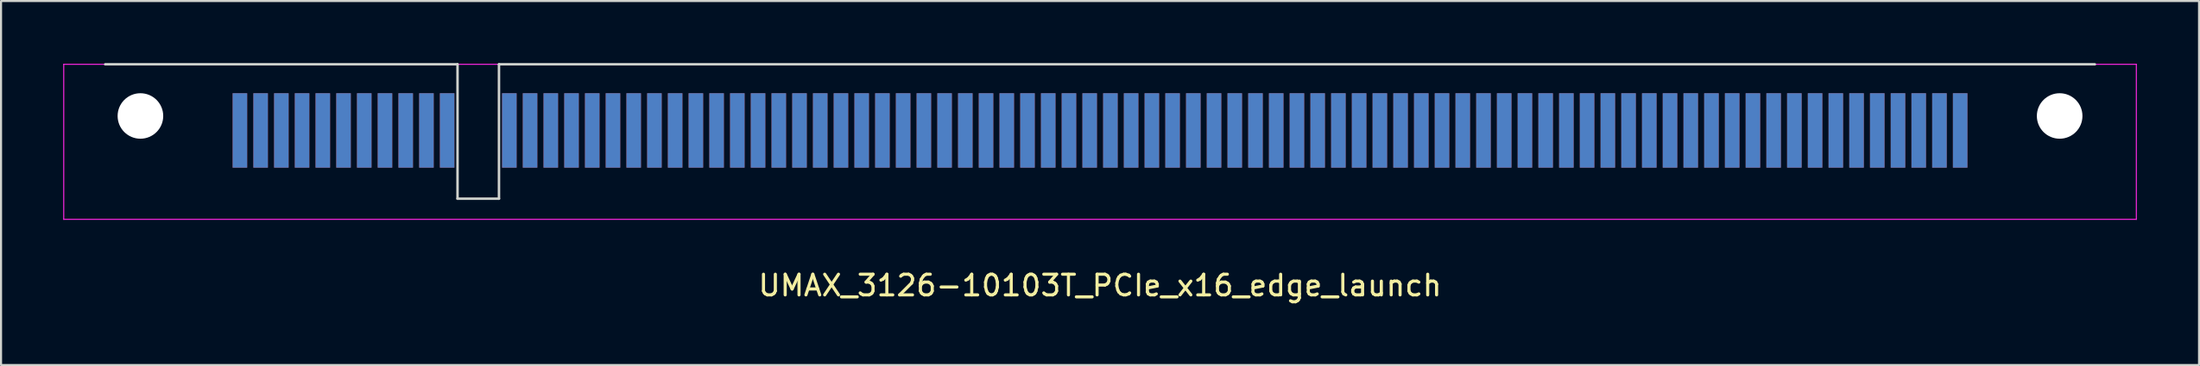
<source format=kicad_pcb>
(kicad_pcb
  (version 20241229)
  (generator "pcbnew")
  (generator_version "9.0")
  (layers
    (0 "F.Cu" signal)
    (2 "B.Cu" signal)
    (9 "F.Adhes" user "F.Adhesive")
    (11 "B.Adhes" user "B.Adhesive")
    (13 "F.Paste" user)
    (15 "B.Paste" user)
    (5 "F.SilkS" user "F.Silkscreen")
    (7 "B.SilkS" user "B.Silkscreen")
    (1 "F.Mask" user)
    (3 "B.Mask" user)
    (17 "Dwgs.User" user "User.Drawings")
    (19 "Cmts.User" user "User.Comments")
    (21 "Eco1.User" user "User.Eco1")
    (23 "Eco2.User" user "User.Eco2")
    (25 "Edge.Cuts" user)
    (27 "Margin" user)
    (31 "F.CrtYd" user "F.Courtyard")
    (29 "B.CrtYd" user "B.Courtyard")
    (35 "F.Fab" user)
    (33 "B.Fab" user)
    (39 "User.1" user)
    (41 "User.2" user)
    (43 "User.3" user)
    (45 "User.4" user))
  (footprint "UMAX_3126-10103T_PCIe_x16_edge_launch"
    (layer "F.Cu")
    (at 8.525 3.26)
    (property "Reference" "UMAX_3126-10103T_PCIe_x16_edge_launch" (at 41.5 7.5 0) (layer "F.SilkS") (effects (font (size 1 1) (thickness 0.15))))
    (attr through_hole)
    (fp_line (start -6.5 -3.2) (end 10.5 -3.2) (stroke (width 0.12) (type solid)) (layer "Edge.Cuts"))
    (fp_line (start 10.5 -3.2) (end 10.5 3.3) (stroke (width 0.12) (type solid)) (layer "Edge.Cuts"))
    (fp_line (start 10.5 3.3) (end 12.5 3.3) (stroke (width 0.12) (type solid)) (layer "Edge.Cuts"))
    (fp_line (start 12.5 -3.2) (end 89.5 -3.2) (stroke (width 0.12) (type solid)) (layer "Edge.Cuts"))
    (fp_line (start 12.5 3.3) (end 12.5 -3.2) (stroke (width 0.12) (type solid)) (layer "Edge.Cuts"))
    (fp_line (start -8.5 -3.2) (end 91.5 -3.2) (stroke (width 0.05) (type solid)) (layer "F.CrtYd"))
    (fp_line (start -8.5 4.3) (end -8.5 -3.2) (stroke (width 0.05) (type solid)) (layer "F.CrtYd"))
    (fp_line (start 91.5 -3.2) (end 91.5 4.3) (stroke (width 0.05) (type solid)) (layer "F.CrtYd"))
    (fp_line (start 91.5 4.3) (end -8.5 4.3) (stroke (width 0.05) (type solid)) (layer "F.CrtYd"))
    (pad "" np_thru_hole circle (at -4.8 -0.7 180) (size 2.2 2.2) (drill 2.2) (layers "*.Cu" "*.Mask"))
    (pad "" np_thru_hole circle (at 87.8 -0.7) (size 2.2 2.2) (drill 2.2) (layers "*.Cu" "*.Mask"))
    (pad "A1" smd rect (at 0 0 180) (size 0.7 3.6) (layers "F.Cu" "F.Mask"))
    (pad "A2" smd rect (at 1 0 180) (size 0.7 3.6) (layers "F.Cu" "F.Mask"))
    (pad "A3" smd rect (at 2 0 180) (size 0.7 3.6) (layers "F.Cu" "F.Mask"))
    (pad "A4" smd rect (at 3 0 180) (size 0.7 3.6) (layers "F.Cu" "F.Mask"))
    (pad "A5" smd rect (at 4 0 180) (size 0.7 3.6) (layers "F.Cu" "F.Mask"))
    (pad "A6" smd rect (at 5 0 180) (size 0.7 3.6) (layers "F.Cu" "F.Mask"))
    (pad "A7" smd rect (at 6 0 180) (size 0.7 3.6) (layers "F.Cu" "F.Mask"))
    (pad "A8" smd rect (at 7 0 180) (size 0.7 3.6) (layers "F.Cu" "F.Mask"))
    (pad "A9" smd rect (at 8 0 180) (size 0.7 3.6) (layers "F.Cu" "F.Mask"))
    (pad "A10" smd rect (at 9 0 180) (size 0.7 3.6) (layers "F.Cu" "F.Mask"))
    (pad "A11" smd rect (at 10 0 180) (size 0.7 3.6) (layers "F.Cu" "F.Mask"))
    (pad "A12" smd rect (at 13 0 180) (size 0.7 3.6) (layers "F.Cu" "F.Mask"))
    (pad "A13" smd rect (at 14 0 180) (size 0.7 3.6) (layers "F.Cu" "F.Mask"))
    (pad "A14" smd rect (at 15 0 180) (size 0.7 3.6) (layers "F.Cu" "F.Mask"))
    (pad "A15" smd rect (at 16 0 180) (size 0.7 3.6) (layers "F.Cu" "F.Mask"))
    (pad "A16" smd rect (at 17 0 180) (size 0.7 3.6) (layers "F.Cu" "F.Mask"))
    (pad "A17" smd rect (at 18 0 180) (size 0.7 3.6) (layers "F.Cu" "F.Mask"))
    (pad "A18" smd rect (at 19 0 180) (size 0.7 3.6) (layers "F.Cu" "F.Mask"))
    (pad "A19" smd rect (at 20 0 180) (size 0.7 3.6) (layers "F.Cu" "F.Mask"))
    (pad "A20" smd rect (at 21 0 180) (size 0.7 3.6) (layers "F.Cu" "F.Mask"))
    (pad "A21" smd rect (at 22 0 180) (size 0.7 3.6) (layers "F.Cu" "F.Mask"))
    (pad "A22" smd rect (at 23 0 180) (size 0.7 3.6) (layers "F.Cu" "F.Mask"))
    (pad "A23" smd rect (at 24 0 180) (size 0.7 3.6) (layers "F.Cu" "F.Mask"))
    (pad "A24" smd rect (at 25 0 180) (size 0.7 3.6) (layers "F.Cu" "F.Mask"))
    (pad "A25" smd rect (at 26 0 180) (size 0.7 3.6) (layers "F.Cu" "F.Mask"))
    (pad "A26" smd rect (at 27 0 180) (size 0.7 3.6) (layers "F.Cu" "F.Mask"))
    (pad "A27" smd rect (at 28 0 180) (size 0.7 3.6) (layers "F.Cu" "F.Mask"))
    (pad "A28" smd rect (at 29 0 180) (size 0.7 3.6) (layers "F.Cu" "F.Mask"))
    (pad "A29" smd rect (at 30 0 180) (size 0.7 3.6) (layers "F.Cu" "F.Mask"))
    (pad "A30" smd rect (at 31 0 180) (size 0.7 3.6) (layers "F.Cu" "F.Mask"))
    (pad "A31" smd rect (at 32 0 180) (size 0.7 3.6) (layers "F.Cu" "F.Mask"))
    (pad "A32" smd rect (at 33 0 180) (size 0.7 3.6) (layers "F.Cu" "F.Mask"))
    (pad "A33" smd rect (at 34 0 180) (size 0.7 3.6) (layers "F.Cu" "F.Mask"))
    (pad "A34" smd rect (at 35 0 180) (size 0.7 3.6) (layers "F.Cu" "F.Mask"))
    (pad "A35" smd rect (at 36 0 180) (size 0.7 3.6) (layers "F.Cu" "F.Mask"))
    (pad "A36" smd rect (at 37 0 180) (size 0.7 3.6) (layers "F.Cu" "F.Mask"))
    (pad "A37" smd rect (at 38 0 180) (size 0.7 3.6) (layers "F.Cu" "F.Mask"))
    (pad "A38" smd rect (at 39 0 180) (size 0.7 3.6) (layers "F.Cu" "F.Mask"))
    (pad "A39" smd rect (at 40 0 180) (size 0.7 3.6) (layers "F.Cu" "F.Mask"))
    (pad "A40" smd rect (at 41 0 180) (size 0.7 3.6) (layers "F.Cu" "F.Mask"))
    (pad "A41" smd rect (at 42 0 180) (size 0.7 3.6) (layers "F.Cu" "F.Mask"))
    (pad "A42" smd rect (at 43 0 180) (size 0.7 3.6) (layers "F.Cu" "F.Mask"))
    (pad "A43" smd rect (at 44 0 180) (size 0.7 3.6) (layers "F.Cu" "F.Mask"))
    (pad "A44" smd rect (at 45 0 180) (size 0.7 3.6) (layers "F.Cu" "F.Mask"))
    (pad "A45" smd rect (at 46 0 180) (size 0.7 3.6) (layers "F.Cu" "F.Mask"))
    (pad "A46" smd rect (at 47 0 180) (size 0.7 3.6) (layers "F.Cu" "F.Mask"))
    (pad "A47" smd rect (at 48 0 180) (size 0.7 3.6) (layers "F.Cu" "F.Mask"))
    (pad "A48" smd rect (at 49 0 180) (size 0.7 3.6) (layers "F.Cu" "F.Mask"))
    (pad "A49" smd rect (at 50 0 180) (size 0.7 3.6) (layers "F.Cu" "F.Mask"))
    (pad "A50" smd rect (at 51 0 180) (size 0.7 3.6) (layers "F.Cu" "F.Mask"))
    (pad "A51" smd rect (at 52 0 180) (size 0.7 3.6) (layers "F.Cu" "F.Mask"))
    (pad "A52" smd rect (at 53 0 180) (size 0.7 3.6) (layers "F.Cu" "F.Mask"))
    (pad "A53" smd rect (at 54 0 180) (size 0.7 3.6) (layers "F.Cu" "F.Mask"))
    (pad "A54" smd rect (at 55 0 180) (size 0.7 3.6) (layers "F.Cu" "F.Mask"))
    (pad "A55" smd rect (at 56 0 180) (size 0.7 3.6) (layers "F.Cu" "F.Mask"))
    (pad "A56" smd rect (at 57 0 180) (size 0.7 3.6) (layers "F.Cu" "F.Mask"))
    (pad "A57" smd rect (at 58 0 180) (size 0.7 3.6) (layers "F.Cu" "F.Mask"))
    (pad "A58" smd rect (at 59 0 180) (size 0.7 3.6) (layers "F.Cu" "F.Mask"))
    (pad "A59" smd rect (at 60 0 180) (size 0.7 3.6) (layers "F.Cu" "F.Mask"))
    (pad "A60" smd rect (at 61 0 180) (size 0.7 3.6) (layers "F.Cu" "F.Mask"))
    (pad "A61" smd rect (at 62 0 180) (size 0.7 3.6) (layers "F.Cu" "F.Mask"))
    (pad "A62" smd rect (at 63 0 180) (size 0.7 3.6) (layers "F.Cu" "F.Mask"))
    (pad "A63" smd rect (at 64 0 180) (size 0.7 3.6) (layers "F.Cu" "F.Mask"))
    (pad "A64" smd rect (at 65 0 180) (size 0.7 3.6) (layers "F.Cu" "F.Mask"))
    (pad "A65" smd rect (at 66 0 180) (size 0.7 3.6) (layers "F.Cu" "F.Mask"))
    (pad "A66" smd rect (at 67 0 180) (size 0.7 3.6) (layers "F.Cu" "F.Mask"))
    (pad "A67" smd rect (at 68 0 180) (size 0.7 3.6) (layers "F.Cu" "F.Mask"))
    (pad "A68" smd rect (at 69 0 180) (size 0.7 3.6) (layers "F.Cu" "F.Mask"))
    (pad "A69" smd rect (at 70 0 180) (size 0.7 3.6) (layers "F.Cu" "F.Mask"))
    (pad "A70" smd rect (at 71 0 180) (size 0.7 3.6) (layers "F.Cu" "F.Mask"))
    (pad "A71" smd rect (at 72 0 180) (size 0.7 3.6) (layers "F.Cu" "F.Mask"))
    (pad "A72" smd rect (at 73 0 180) (size 0.7 3.6) (layers "F.Cu" "F.Mask"))
    (pad "A73" smd rect (at 74 0 180) (size 0.7 3.6) (layers "F.Cu" "F.Mask"))
    (pad "A74" smd rect (at 75 0 180) (size 0.7 3.6) (layers "F.Cu" "F.Mask"))
    (pad "A75" smd rect (at 76 0 180) (size 0.7 3.6) (layers "F.Cu" "F.Mask"))
    (pad "A76" smd rect (at 77 0 180) (size 0.7 3.6) (layers "F.Cu" "F.Mask"))
    (pad "A77" smd rect (at 78 0 180) (size 0.7 3.6) (layers "F.Cu" "F.Mask"))
    (pad "A78" smd rect (at 79 0 180) (size 0.7 3.6) (layers "F.Cu" "F.Mask"))
    (pad "A79" smd rect (at 80 0 180) (size 0.7 3.6) (layers "F.Cu" "F.Mask"))
    (pad "A80" smd rect (at 81 0 180) (size 0.7 3.6) (layers "F.Cu" "F.Mask"))
    (pad "A81" smd rect (at 82 0 180) (size 0.7 3.6) (layers "F.Cu" "F.Mask"))
    (pad "A82" smd rect (at 83 0 180) (size 0.7 3.6) (layers "F.Cu" "F.Mask"))
    (pad "B1" smd rect (at 0 0 180) (size 0.7 3.6) (layers "B.Cu" "B.Mask"))
    (pad "B2" smd rect (at 1 0 180) (size 0.7 3.6) (layers "B.Cu" "B.Mask"))
    (pad "B3" smd rect (at 2 0 180) (size 0.7 3.6) (layers "B.Cu" "B.Mask"))
    (pad "B4" smd rect (at 3 0 180) (size 0.7 3.6) (layers "B.Cu" "B.Mask"))
    (pad "B5" smd rect (at 4 0 180) (size 0.7 3.6) (layers "B.Cu" "B.Mask"))
    (pad "B6" smd rect (at 5 0 180) (size 0.7 3.6) (layers "B.Cu" "B.Mask"))
    (pad "B7" smd rect (at 6 0 180) (size 0.7 3.6) (layers "B.Cu" "B.Mask"))
    (pad "B8" smd rect (at 7 0 180) (size 0.7 3.6) (layers "B.Cu" "B.Mask"))
    (pad "B9" smd rect (at 8 0 180) (size 0.7 3.6) (layers "B.Cu" "B.Mask"))
    (pad "B10" smd rect (at 9 0 180) (size 0.7 3.6) (layers "B.Cu" "B.Mask"))
    (pad "B11" smd rect (at 10 0 180) (size 0.7 3.6) (layers "B.Cu" "B.Mask"))
    (pad "B12" smd rect (at 13 0 180) (size 0.7 3.6) (layers "B.Cu" "B.Mask"))
    (pad "B13" smd rect (at 14 0 180) (size 0.7 3.6) (layers "B.Cu" "B.Mask"))
    (pad "B14" smd rect (at 15 0 180) (size 0.7 3.6) (layers "B.Cu" "B.Mask"))
    (pad "B15" smd rect (at 16 0 180) (size 0.7 3.6) (layers "B.Cu" "B.Mask"))
    (pad "B16" smd rect (at 17 0 180) (size 0.7 3.6) (layers "B.Cu" "B.Mask"))
    (pad "B17" smd rect (at 18 0 180) (size 0.7 3.6) (layers "B.Cu" "B.Mask"))
    (pad "B18" smd rect (at 19 0 180) (size 0.7 3.6) (layers "B.Cu" "B.Mask"))
    (pad "B19" smd rect (at 20 0 180) (size 0.7 3.6) (layers "B.Cu" "B.Mask"))
    (pad "B20" smd rect (at 21 0 180) (size 0.7 3.6) (layers "B.Cu" "B.Mask"))
    (pad "B21" smd rect (at 22 0 180) (size 0.7 3.6) (layers "B.Cu" "B.Mask"))
    (pad "B22" smd rect (at 23 0 180) (size 0.7 3.6) (layers "B.Cu" "B.Mask"))
    (pad "B23" smd rect (at 24 0 180) (size 0.7 3.6) (layers "B.Cu" "B.Mask"))
    (pad "B24" smd rect (at 25 0 180) (size 0.7 3.6) (layers "B.Cu" "B.Mask"))
    (pad "B25" smd rect (at 26 0 180) (size 0.7 3.6) (layers "B.Cu" "B.Mask"))
    (pad "B26" smd rect (at 27 0 180) (size 0.7 3.6) (layers "B.Cu" "B.Mask"))
    (pad "B27" smd rect (at 28 0 180) (size 0.7 3.6) (layers "B.Cu" "B.Mask"))
    (pad "B28" smd rect (at 29 0 180) (size 0.7 3.6) (layers "B.Cu" "B.Mask"))
    (pad "B29" smd rect (at 30 0 180) (size 0.7 3.6) (layers "B.Cu" "B.Mask"))
    (pad "B30" smd rect (at 31 0 180) (size 0.7 3.6) (layers "B.Cu" "B.Mask"))
    (pad "B31" smd rect (at 32 0 180) (size 0.7 3.6) (layers "B.Cu" "B.Mask"))
    (pad "B32" smd rect (at 33 0 180) (size 0.7 3.6) (layers "B.Cu" "B.Mask"))
    (pad "B33" smd rect (at 34 0 180) (size 0.7 3.6) (layers "B.Cu" "B.Mask"))
    (pad "B34" smd rect (at 35 0 180) (size 0.7 3.6) (layers "B.Cu" "B.Mask"))
    (pad "B35" smd rect (at 36 0 180) (size 0.7 3.6) (layers "B.Cu" "B.Mask"))
    (pad "B36" smd rect (at 37 0 180) (size 0.7 3.6) (layers "B.Cu" "B.Mask"))
    (pad "B37" smd rect (at 38 0 180) (size 0.7 3.6) (layers "B.Cu" "B.Mask"))
    (pad "B38" smd rect (at 39 0 180) (size 0.7 3.6) (layers "B.Cu" "B.Mask"))
    (pad "B39" smd rect (at 40 0 180) (size 0.7 3.6) (layers "B.Cu" "B.Mask"))
    (pad "B40" smd rect (at 41 0 180) (size 0.7 3.6) (layers "B.Cu" "B.Mask"))
    (pad "B41" smd rect (at 42 0 180) (size 0.7 3.6) (layers "B.Cu" "B.Mask"))
    (pad "B42" smd rect (at 43 0 180) (size 0.7 3.6) (layers "B.Cu" "B.Mask"))
    (pad "B43" smd rect (at 44 0 180) (size 0.7 3.6) (layers "B.Cu" "B.Mask"))
    (pad "B44" smd rect (at 45 0 180) (size 0.7 3.6) (layers "B.Cu" "B.Mask"))
    (pad "B45" smd rect (at 46 0 180) (size 0.7 3.6) (layers "B.Cu" "B.Mask"))
    (pad "B46" smd rect (at 47 0 180) (size 0.7 3.6) (layers "B.Cu" "B.Mask"))
    (pad "B47" smd rect (at 48 0 180) (size 0.7 3.6) (layers "B.Cu" "B.Mask"))
    (pad "B48" smd rect (at 49 0 180) (size 0.7 3.6) (layers "B.Cu" "B.Mask"))
    (pad "B49" smd rect (at 50 0 180) (size 0.7 3.6) (layers "B.Cu" "B.Mask"))
    (pad "B50" smd rect (at 51 0 180) (size 0.7 3.6) (layers "B.Cu" "B.Mask"))
    (pad "B51" smd rect (at 52 0 180) (size 0.7 3.6) (layers "B.Cu" "B.Mask"))
    (pad "B52" smd rect (at 53 0 180) (size 0.7 3.6) (layers "B.Cu" "B.Mask"))
    (pad "B53" smd rect (at 54 0 180) (size 0.7 3.6) (layers "B.Cu" "B.Mask"))
    (pad "B54" smd rect (at 55 0 180) (size 0.7 3.6) (layers "B.Cu" "B.Mask"))
    (pad "B55" smd rect (at 56 0 180) (size 0.7 3.6) (layers "B.Cu" "B.Mask"))
    (pad "B56" smd rect (at 57 0 180) (size 0.7 3.6) (layers "B.Cu" "B.Mask"))
    (pad "B57" smd rect (at 58 0 180) (size 0.7 3.6) (layers "B.Cu" "B.Mask"))
    (pad "B58" smd rect (at 59 0 180) (size 0.7 3.6) (layers "B.Cu" "B.Mask"))
    (pad "B59" smd rect (at 60 0 180) (size 0.7 3.6) (layers "B.Cu" "B.Mask"))
    (pad "B60" smd rect (at 61 0 180) (size 0.7 3.6) (layers "B.Cu" "B.Mask"))
    (pad "B61" smd rect (at 62 0 180) (size 0.7 3.6) (layers "B.Cu" "B.Mask"))
    (pad "B62" smd rect (at 63 0 180) (size 0.7 3.6) (layers "B.Cu" "B.Mask"))
    (pad "B63" smd rect (at 64 0 180) (size 0.7 3.6) (layers "B.Cu" "B.Mask"))
    (pad "B64" smd rect (at 65 0 180) (size 0.7 3.6) (layers "B.Cu" "B.Mask"))
    (pad "B65" smd rect (at 66 0 180) (size 0.7 3.6) (layers "B.Cu" "B.Mask"))
    (pad "B66" smd rect (at 67 0 180) (size 0.7 3.6) (layers "B.Cu" "B.Mask"))
    (pad "B67" smd rect (at 68 0 180) (size 0.7 3.6) (layers "B.Cu" "B.Mask"))
    (pad "B68" smd rect (at 69 0 180) (size 0.7 3.6) (layers "B.Cu" "B.Mask"))
    (pad "B69" smd rect (at 70 0 180) (size 0.7 3.6) (layers "B.Cu" "B.Mask"))
    (pad "B70" smd rect (at 71 0 180) (size 0.7 3.6) (layers "B.Cu" "B.Mask"))
    (pad "B71" smd rect (at 72 0 180) (size 0.7 3.6) (layers "B.Cu" "B.Mask"))
    (pad "B72" smd rect (at 73 0 180) (size 0.7 3.6) (layers "B.Cu" "B.Mask"))
    (pad "B73" smd rect (at 74 0 180) (size 0.7 3.6) (layers "B.Cu" "B.Mask"))
    (pad "B74" smd rect (at 75 0 180) (size 0.7 3.6) (layers "B.Cu" "B.Mask"))
    (pad "B75" smd rect (at 76 0 180) (size 0.7 3.6) (layers "B.Cu" "B.Mask"))
    (pad "B76" smd rect (at 77 0 180) (size 0.7 3.6) (layers "B.Cu" "B.Mask"))
    (pad "B77" smd rect (at 78 0 180) (size 0.7 3.6) (layers "B.Cu" "B.Mask"))
    (pad "B78" smd rect (at 79 0 180) (size 0.7 3.6) (layers "B.Cu" "B.Mask"))
    (pad "B79" smd rect (at 80 0 180) (size 0.7 3.6) (layers "B.Cu" "B.Mask"))
    (pad "B80" smd rect (at 81 0 180) (size 0.7 3.6) (layers "B.Cu" "B.Mask"))
    (pad "B81" smd rect (at 82 0 180) (size 0.7 3.6) (layers "B.Cu" "B.Mask"))
    (pad "B82" smd rect (at 83 0 180) (size 0.7 3.6) (layers "B.Cu" "B.Mask")))
  (gr_rect
    (start -3 -3)
    (end 103.05 14.608)
    (stroke (width 0.1) (type default))
    (fill no)
    (layer "Edge.Cuts")))
</source>
